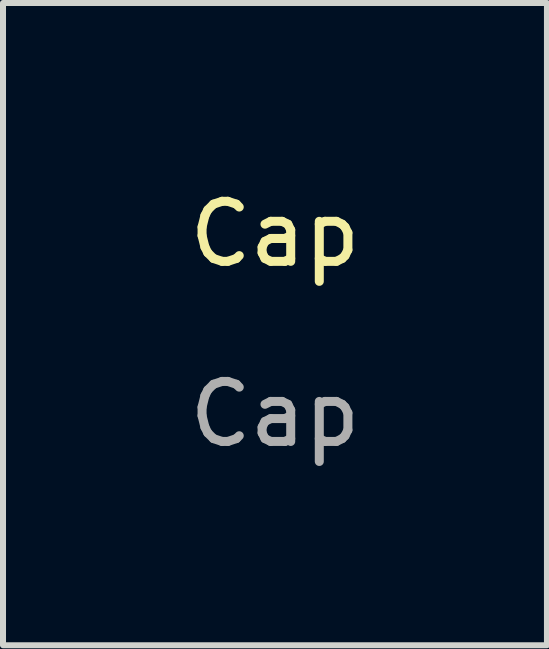
<source format=kicad_pcb>
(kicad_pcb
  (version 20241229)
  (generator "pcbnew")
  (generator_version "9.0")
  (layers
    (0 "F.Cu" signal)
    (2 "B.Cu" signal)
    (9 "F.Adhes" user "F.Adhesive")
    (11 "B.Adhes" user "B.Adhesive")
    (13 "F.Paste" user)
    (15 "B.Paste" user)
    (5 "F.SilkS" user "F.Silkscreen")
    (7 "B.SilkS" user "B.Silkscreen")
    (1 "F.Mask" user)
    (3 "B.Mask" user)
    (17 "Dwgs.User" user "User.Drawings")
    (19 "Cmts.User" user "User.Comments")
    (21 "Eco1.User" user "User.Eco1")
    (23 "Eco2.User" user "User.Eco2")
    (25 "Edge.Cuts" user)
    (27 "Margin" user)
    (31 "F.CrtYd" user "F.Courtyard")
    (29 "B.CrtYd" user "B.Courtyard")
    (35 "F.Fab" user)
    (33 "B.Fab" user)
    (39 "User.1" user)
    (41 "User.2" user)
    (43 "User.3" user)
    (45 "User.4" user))
  (footprint "Cap"
    (layer "F.Cu")
    (at 1.53 1.348)
    (property "Reference" "Cap" (at 0 -0.5 0) (unlocked yes) (layer "F.SilkS") (effects (font (size 1 1) (thickness 0.15))))
    (attr through_hole)
    (fp_text user "${REFERENCE}" (at 0 2.5 0) (unlocked yes) (layer "F.Fab") (effects (font (size 1 1) (thickness 0.15)))))
  (gr_rect
    (start -3 -3)
    (end 6.06 7.697)
    (stroke (width 0.1) (type default))
    (fill no)
    (layer "Edge.Cuts")))
</source>
